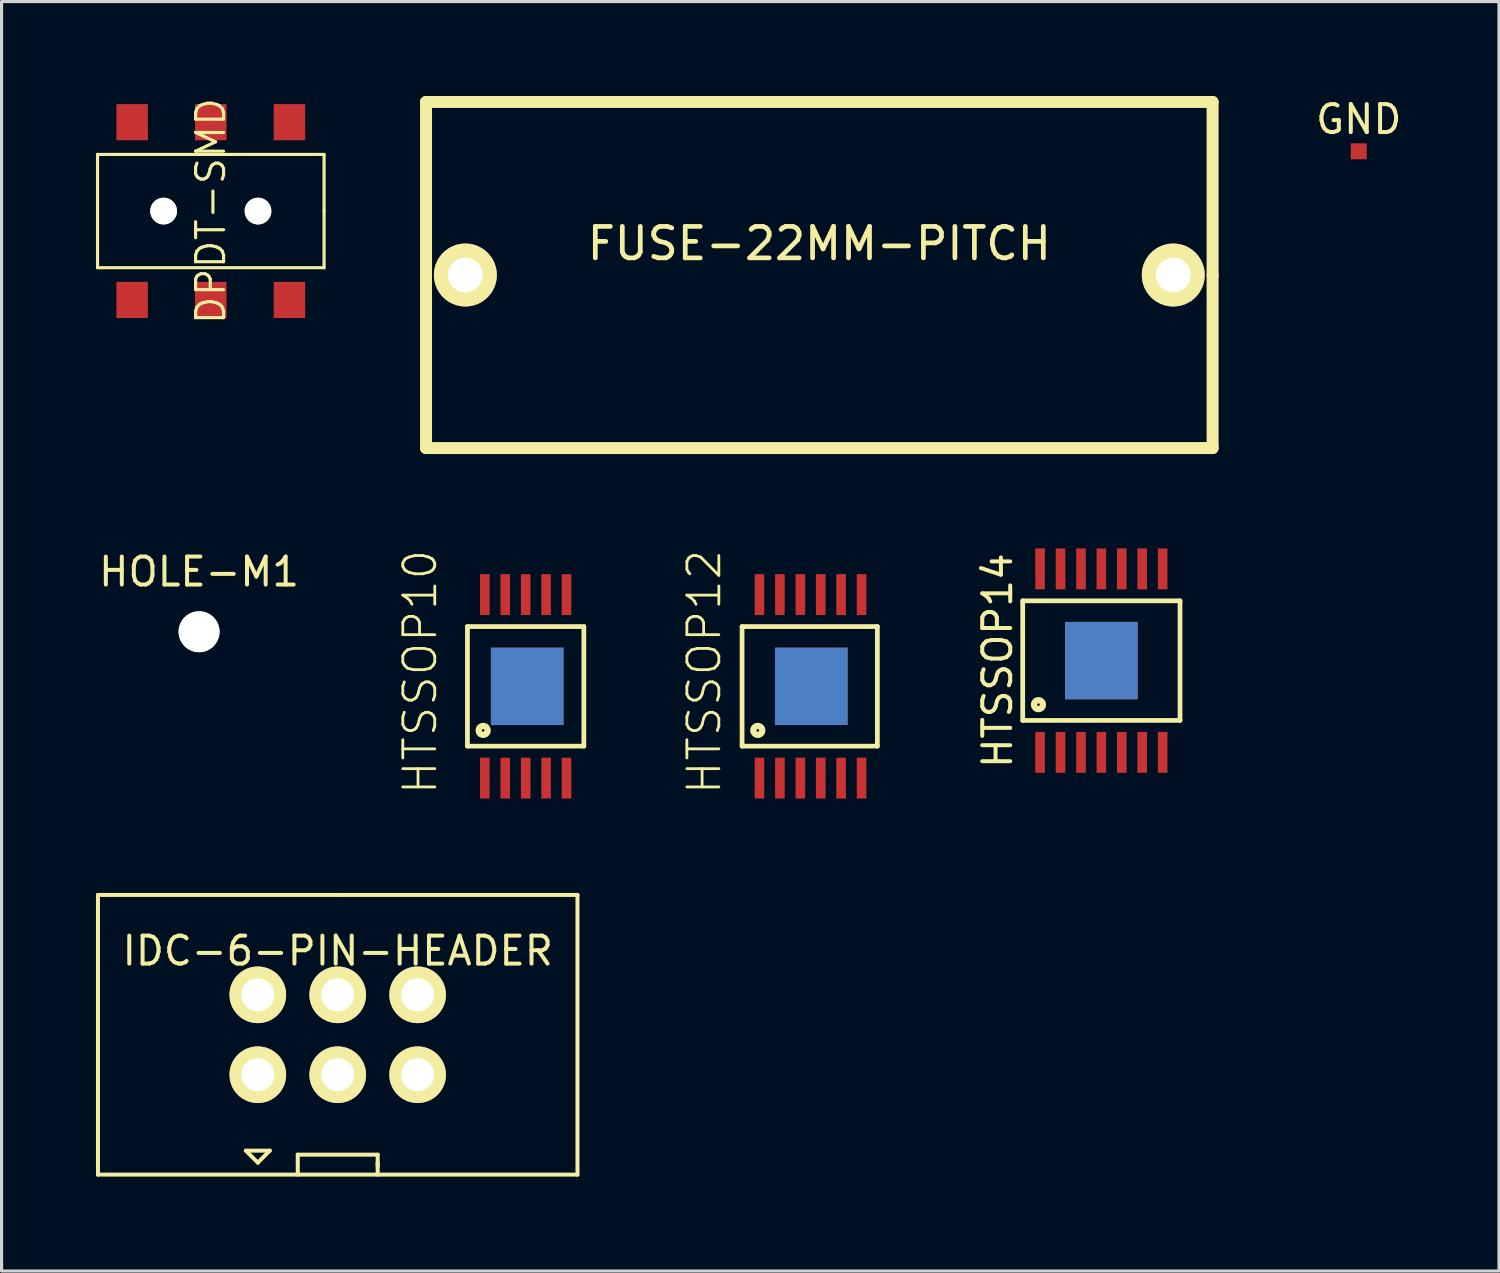
<source format=kicad_pcb>
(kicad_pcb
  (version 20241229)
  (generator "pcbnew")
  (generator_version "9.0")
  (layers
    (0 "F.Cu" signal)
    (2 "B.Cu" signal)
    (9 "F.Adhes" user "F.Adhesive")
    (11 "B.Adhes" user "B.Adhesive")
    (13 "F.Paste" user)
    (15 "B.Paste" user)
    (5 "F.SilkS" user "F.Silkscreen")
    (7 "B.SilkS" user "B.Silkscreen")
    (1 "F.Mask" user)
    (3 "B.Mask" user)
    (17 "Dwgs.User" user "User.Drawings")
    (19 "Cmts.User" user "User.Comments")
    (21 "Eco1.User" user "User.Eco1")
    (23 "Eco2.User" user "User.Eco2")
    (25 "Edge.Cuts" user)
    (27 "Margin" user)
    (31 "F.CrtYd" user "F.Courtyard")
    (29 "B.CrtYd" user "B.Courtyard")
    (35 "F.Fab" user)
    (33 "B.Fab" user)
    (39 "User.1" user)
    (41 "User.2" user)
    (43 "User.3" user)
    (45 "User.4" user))
  (footprint "HTSSOP10"
    (layer "F.Cu")
    (at 13.707 18.765)
    (property "Reference" "HTSSOP10" (at -3.404 -0.457 90) (layer "F.SilkS") (effects (font (size 1.016 1.016) (thickness 0.089))))
    (attr smd)
    (fp_line (start -1.9 -1.9) (end -1.9 1.9) (stroke (width 0.15) (type solid)) (layer "F.SilkS"))
    (fp_line (start -1.9 1.9) (end 1.8 1.9) (stroke (width 0.15) (type solid)) (layer "F.SilkS"))
    (fp_line (start 1.8 -1.9) (end -1.9 -1.9) (stroke (width 0.15) (type solid)) (layer "F.SilkS"))
    (fp_line (start 1.8 -1.9) (end 1.8 1.9) (stroke (width 0.15) (type solid)) (layer "F.SilkS"))
    (fp_circle (center -1.4 1.4) (end -1.3 1.3) (stroke (width 0.2) (type solid)) (fill no) (layer "F.SilkS"))
    (pad "1" smd rect (at -1.348 2.916) (size 0.305 1.3) (layers "F.Cu" "F.Mask" "F.Paste"))
    (pad "2" smd rect (at -0.698 2.916) (size 0.305 1.3) (layers "F.Cu" "F.Mask" "F.Paste"))
    (pad "3" smd rect (at -0.048 2.916) (size 0.305 1.3) (layers "F.Cu" "F.Mask" "F.Paste"))
    (pad "4" smd rect (at 0.6 2.916) (size 0.305 1.3) (layers "F.Cu" "F.Mask" "F.Paste"))
    (pad "5" smd rect (at 1.248 2.916) (size 0.305 1.3) (layers "F.Cu" "F.Mask" "F.Paste"))
    (pad "6" smd rect (at 1.248 -2.916) (size 0.305 1.3) (layers "F.Cu" "F.Mask" "F.Paste"))
    (pad "7" smd rect (at 0.6 -2.916) (size 0.305 1.3) (layers "F.Cu" "F.Mask" "F.Paste"))
    (pad "8" smd rect (at -0.048 -2.916) (size 0.305 1.3) (layers "F.Cu" "F.Mask" "F.Paste"))
    (pad "9" smd rect (at -0.698 -2.916) (size 0.305 1.3) (layers "F.Cu" "F.Mask" "F.Paste"))
    (pad "10" smd rect (at -1.348 -2.916) (size 0.305 1.3) (layers "F.Cu" "F.Mask" "F.Paste"))
    (pad "11" smd rect (at 0 0) (size 2.31 2.46) (layers "F.Cu" "F.Mask" "F.Paste"))
    (pad "12" smd rect (at 0 0) (size 2.31 2.46) (layers "B.Cu" "B.Mask" "B.Paste")))
  (footprint "DPDT-SMD"
    (layer "F.Cu")
    (at 3.65 3.659)
    (property "Reference" "DPDT-SMD" (at 0 0 90) (layer "F.SilkS") (effects (font (size 0.889 0.889) (thickness 0.1))))
    (attr through_hole)
    (fp_line (start -3.6 -1.8) (end -3.6 1.8) (stroke (width 0.1) (type solid)) (layer "F.SilkS"))
    (fp_line (start -3.6 1.8) (end 3.6 1.8) (stroke (width 0.1) (type solid)) (layer "F.SilkS"))
    (fp_line (start 3.6 -1.8) (end -3.6 -1.8) (stroke (width 0.1) (type solid)) (layer "F.SilkS"))
    (fp_line (start 3.6 0) (end 3.6 -1.8) (stroke (width 0.1) (type solid)) (layer "F.SilkS"))
    (fp_line (start 3.6 1.8) (end 3.6 0) (stroke (width 0.1) (type solid)) (layer "F.SilkS"))
    (pad "" np_thru_hole circle (at -1.5 0) (size 0.85 0.85) (drill 0.85) (layers "*.Cu" "*.Mask" "F.SilkS"))
    (pad "" np_thru_hole circle (at 1.5 0) (size 0.85 0.85) (drill 0.85) (layers "*.Cu" "*.Mask" "F.SilkS"))
    (pad "1" smd rect (at -2.5 -2.825) (size 1 1.15) (layers "F.Cu" "F.Mask" "F.Paste"))
    (pad "2" smd rect (at 0 -2.825) (size 1 1.15) (layers "F.Cu" "F.Mask" "F.Paste"))
    (pad "3" smd rect (at 2.5 -2.825) (size 1 1.15) (layers "F.Cu" "F.Mask" "F.Paste"))
    (pad "4" smd rect (at -2.5 2.825) (size 1 1.15) (layers "F.Cu" "F.Mask" "F.Paste"))
    (pad "5" smd rect (at 0 2.825) (size 1 1.15) (layers "F.Cu" "F.Mask" "F.Paste"))
    (pad "6" smd rect (at 2.5 2.825) (size 1 1.15) (layers "F.Cu" "F.Mask" "F.Paste")))
  (footprint "HTSSOP12"
    (layer "F.Cu")
    (at 22.736 18.765)
    (property "Reference" "HTSSOP12" (at -3.404 -0.457 90) (layer "F.SilkS") (effects (font (size 1.016 1.016) (thickness 0.089))))
    (attr smd)
    (fp_line (start -2.2 -1.9) (end -2.2 1.9) (stroke (width 0.15) (type solid)) (layer "F.SilkS"))
    (fp_line (start -2.2 1.9) (end 2.1 1.9) (stroke (width 0.15) (type solid)) (layer "F.SilkS"))
    (fp_line (start 2.1 -1.9) (end -2.2 -1.9) (stroke (width 0.15) (type solid)) (layer "F.SilkS"))
    (fp_line (start 2.1 -1.9) (end 2.1 1.9) (stroke (width 0.15) (type solid)) (layer "F.SilkS"))
    (fp_circle (center -1.7 1.4) (end -1.6 1.3) (stroke (width 0.2) (type solid)) (fill no) (layer "F.SilkS"))
    (pad "1" smd rect (at -1.648 2.916) (size 0.305 1.3) (layers "F.Cu" "F.Mask" "F.Paste"))
    (pad "2" smd rect (at -0.998 2.916) (size 0.305 1.3) (layers "F.Cu" "F.Mask" "F.Paste"))
    (pad "3" smd rect (at -0.348 2.916) (size 0.305 1.3) (layers "F.Cu" "F.Mask" "F.Paste"))
    (pad "4" smd rect (at 0.3 2.916) (size 0.305 1.3) (layers "F.Cu" "F.Mask" "F.Paste"))
    (pad "5" smd rect (at 0.948 2.916) (size 0.305 1.3) (layers "F.Cu" "F.Mask" "F.Paste"))
    (pad "6" smd rect (at 1.598 2.916) (size 0.305 1.3) (layers "F.Cu" "F.Mask" "F.Paste"))
    (pad "7" smd rect (at 1.598 -2.916) (size 0.305 1.3) (layers "F.Cu" "F.Mask" "F.Paste"))
    (pad "8" smd rect (at 0.948 -2.916) (size 0.305 1.3) (layers "F.Cu" "F.Mask" "F.Paste"))
    (pad "9" smd rect (at 0.3 -2.916) (size 0.305 1.3) (layers "F.Cu" "F.Mask" "F.Paste"))
    (pad "10" smd rect (at -0.348 -2.916) (size 0.305 1.3) (layers "F.Cu" "F.Mask" "F.Paste"))
    (pad "11" smd rect (at -0.998 -2.916) (size 0.305 1.3) (layers "F.Cu" "F.Mask" "F.Paste"))
    (pad "12" smd rect (at -1.648 -2.916) (size 0.305 1.3) (layers "F.Cu" "F.Mask" "F.Paste"))
    (pad "13" smd rect (at 0 0) (size 2.31 2.46) (layers "F.Cu" "F.Mask" "F.Paste"))
    (pad "14" smd rect (at 0 0) (size 2.31 2.46) (layers "B.Cu" "B.Mask" "B.Paste")))
  (footprint "IDC-6-PIN-HEADER"
    (layer "F.Cu")
    (at 7.684 29.839)
    (property "Reference" "IDC-6-PIN-HEADER" (at 0 -2.667 0) (layer "F.SilkS") (effects (font (size 0.889 0.889) (thickness 0.127))))
    (attr through_hole)
    (fp_line (start -7.62 -4.445) (end -7.62 4.445) (stroke (width 0.127) (type solid)) (layer "F.SilkS"))
    (fp_line (start -7.62 4.445) (end 7.62 4.445) (stroke (width 0.127) (type solid)) (layer "F.SilkS"))
    (fp_line (start -2.921 3.683) (end -2.54 4.064) (stroke (width 0.127) (type solid)) (layer "F.SilkS"))
    (fp_line (start -2.54 4.064) (end -2.159 3.683) (stroke (width 0.127) (type solid)) (layer "F.SilkS"))
    (fp_line (start -2.159 3.683) (end -2.921 3.683) (stroke (width 0.127) (type solid)) (layer "F.SilkS"))
    (fp_line (start -1.27 3.81) (end 1.27 3.81) (stroke (width 0.127) (type solid)) (layer "F.SilkS"))
    (fp_line (start -1.27 4.064) (end -1.27 3.81) (stroke (width 0.127) (type solid)) (layer "F.SilkS"))
    (fp_line (start -1.27 4.445) (end -1.27 4.064) (stroke (width 0.127) (type solid)) (layer "F.SilkS"))
    (fp_line (start 0 -4.445) (end -7.62 -4.445) (stroke (width 0.127) (type solid)) (layer "F.SilkS"))
    (fp_line (start 1.27 3.81) (end 1.27 4.191) (stroke (width 0.127) (type solid)) (layer "F.SilkS"))
    (fp_line (start 1.27 4.064) (end 1.27 4.445) (stroke (width 0.127) (type solid)) (layer "F.SilkS"))
    (fp_line (start 7.62 -4.445) (end 0 -4.445) (stroke (width 0.127) (type solid)) (layer "F.SilkS"))
    (fp_line (start 7.62 4.445) (end 7.62 -4.445) (stroke (width 0.127) (type solid)) (layer "F.SilkS"))
    (pad "1" thru_hole circle (at -2.54 1.27) (size 1.8 1.8) (drill 1.05) (layers "*.Cu" "*.Mask" "F.SilkS"))
    (pad "2" thru_hole circle (at -2.54 -1.27) (size 1.8 1.8) (drill 1.05) (layers "*.Cu" "*.Mask" "F.SilkS"))
    (pad "3" thru_hole circle (at 0 1.27) (size 1.8 1.8) (drill 1.05) (layers "*.Cu" "*.Mask" "F.SilkS"))
    (pad "4" thru_hole circle (at 0 -1.27) (size 1.8 1.8) (drill 1.05) (layers "*.Cu" "*.Mask" "F.SilkS"))
    (pad "5" thru_hole circle (at 2.54 1.27) (size 1.8 1.8) (drill 1.05) (layers "*.Cu" "*.Mask" "F.SilkS"))
    (pad "6" thru_hole circle (at 2.54 -1.27) (size 1.8 1.8) (drill 1.05) (layers "*.Cu" "*.Mask" "F.SilkS")))
  (footprint "GND"
    (layer "F.Cu")
    (at 40.137 1.759)
    (property "Reference" "GND" (at 0 -1.016 0) (layer "F.SilkS") (effects (font (size 0.889 0.889) (thickness 0.127))))
    (attr through_hole)
    (pad "1" smd rect (at 0 0) (size 0.508 0.508) (layers "F.Cu" "F.Mask")))
  (footprint "FUSE-22MM-PITCH"
    (layer "F.Cu")
    (at 22.991 5.691)
    (property "Reference" "FUSE-22MM-PITCH" (at 0 -1 0) (layer "F.SilkS") (effects (font (size 1 1) (thickness 0.15))))
    (attr through_hole)
    (fp_line (start -12.5 -5.5) (end 12.5 -5.5) (stroke (width 0.381) (type solid)) (layer "F.SilkS"))
    (fp_line (start -12.5 0) (end -12.5 -5.5) (stroke (width 0.381) (type solid)) (layer "F.SilkS"))
    (fp_line (start -12.5 5.5) (end -12.5 0) (stroke (width 0.381) (type solid)) (layer "F.SilkS"))
    (fp_line (start 12.5 -5.5) (end 12.5 0) (stroke (width 0.381) (type solid)) (layer "F.SilkS"))
    (fp_line (start 12.5 0) (end 12.5 5.5) (stroke (width 0.381) (type solid)) (layer "F.SilkS"))
    (fp_line (start 12.5 5.5) (end -12.5 5.5) (stroke (width 0.381) (type solid)) (layer "F.SilkS"))
    (pad "1" thru_hole circle (at -11.25 0) (size 2 2) (drill 1.1) (layers "*.Cu" "*.Mask" "F.SilkS"))
    (pad "2" thru_hole circle (at 11.25 0) (size 2 2) (drill 1.1) (layers "*.Cu" "*.Mask" "F.SilkS")))
  (footprint "HOLE-M1"
    (layer "F.Cu")
    (at 3.277 17.029)
    (property "Reference" "HOLE-M1" (at 0 -1.905 0) (layer "F.SilkS") (effects (font (size 0.889 0.889) (thickness 0.127))))
    (attr through_hole)
    (pad "" np_thru_hole circle (at 0 0) (size 1.3 1.3) (drill 1.3) (layers "*.Cu" "F.SilkS")))
  (footprint "HTSSOP14"
    (layer "F.Cu")
    (at 31.956 17.947)
    (property "Reference" "HTSSOP14" (at -3.302 0 90) (layer "F.SilkS") (effects (font (size 0.889 0.889) (thickness 0.127))))
    (attr smd)
    (fp_line (start -2.5 -1.9) (end -2.5 1.9) (stroke (width 0.15) (type solid)) (layer "F.SilkS"))
    (fp_line (start -2.5 -1.9) (end 2.5 -1.9) (stroke (width 0.15) (type solid)) (layer "F.SilkS"))
    (fp_line (start -2.5 1.9) (end 2.5 1.9) (stroke (width 0.15) (type solid)) (layer "F.SilkS"))
    (fp_line (start 2.5 -1.9) (end 2.5 1.9) (stroke (width 0.15) (type solid)) (layer "F.SilkS"))
    (fp_circle (center -2 1.4) (end -1.9 1.3) (stroke (width 0.2) (type solid)) (fill no) (layer "F.SilkS"))
    (pad "1" smd rect (at -1.948 2.916) (size 0.305 1.3) (layers "F.Cu" "F.Mask" "F.Paste"))
    (pad "2" smd rect (at -1.298 2.916) (size 0.305 1.3) (layers "F.Cu" "F.Mask" "F.Paste"))
    (pad "3" smd rect (at -0.648 2.916) (size 0.305 1.3) (layers "F.Cu" "F.Mask" "F.Paste"))
    (pad "4" smd rect (at 0 2.916) (size 0.305 1.3) (layers "F.Cu" "F.Mask" "F.Paste"))
    (pad "5" smd rect (at 0.648 2.916) (size 0.305 1.3) (layers "F.Cu" "F.Mask" "F.Paste"))
    (pad "6" smd rect (at 1.298 2.916) (size 0.305 1.3) (layers "F.Cu" "F.Mask" "F.Paste"))
    (pad "7" smd rect (at 1.948 2.916) (size 0.305 1.3) (layers "F.Cu" "F.Mask" "F.Paste"))
    (pad "8" smd rect (at 1.948 -2.916) (size 0.305 1.3) (layers "F.Cu" "F.Mask" "F.Paste"))
    (pad "9" smd rect (at 1.298 -2.916) (size 0.305 1.3) (layers "F.Cu" "F.Mask" "F.Paste"))
    (pad "10" smd rect (at 0.648 -2.916) (size 0.305 1.3) (layers "F.Cu" "F.Mask" "F.Paste"))
    (pad "11" smd rect (at 0 -2.916) (size 0.305 1.3) (layers "F.Cu" "F.Mask" "F.Paste"))
    (pad "12" smd rect (at -0.648 -2.916) (size 0.305 1.3) (layers "F.Cu" "F.Mask" "F.Paste"))
    (pad "13" smd rect (at -1.298 -2.916) (size 0.305 1.3) (layers "F.Cu" "F.Mask" "F.Paste"))
    (pad "14" smd rect (at -1.948 -2.916) (size 0.305 1.3) (layers "F.Cu" "F.Mask" "F.Paste"))
    (pad "15" smd rect (at 0 0) (size 2.31 2.46) (layers "F.Cu" "F.Mask" "F.Paste"))
    (pad "16" smd rect (at 0 0) (size 2.31 2.46) (layers "B.Cu" "B.Mask" "B.Paste")))
  (gr_rect
    (start -3 -3)
    (end 44.594 37.348)
    (stroke (width 0.1) (type default))
    (fill no)
    (layer "Edge.Cuts")))
</source>
